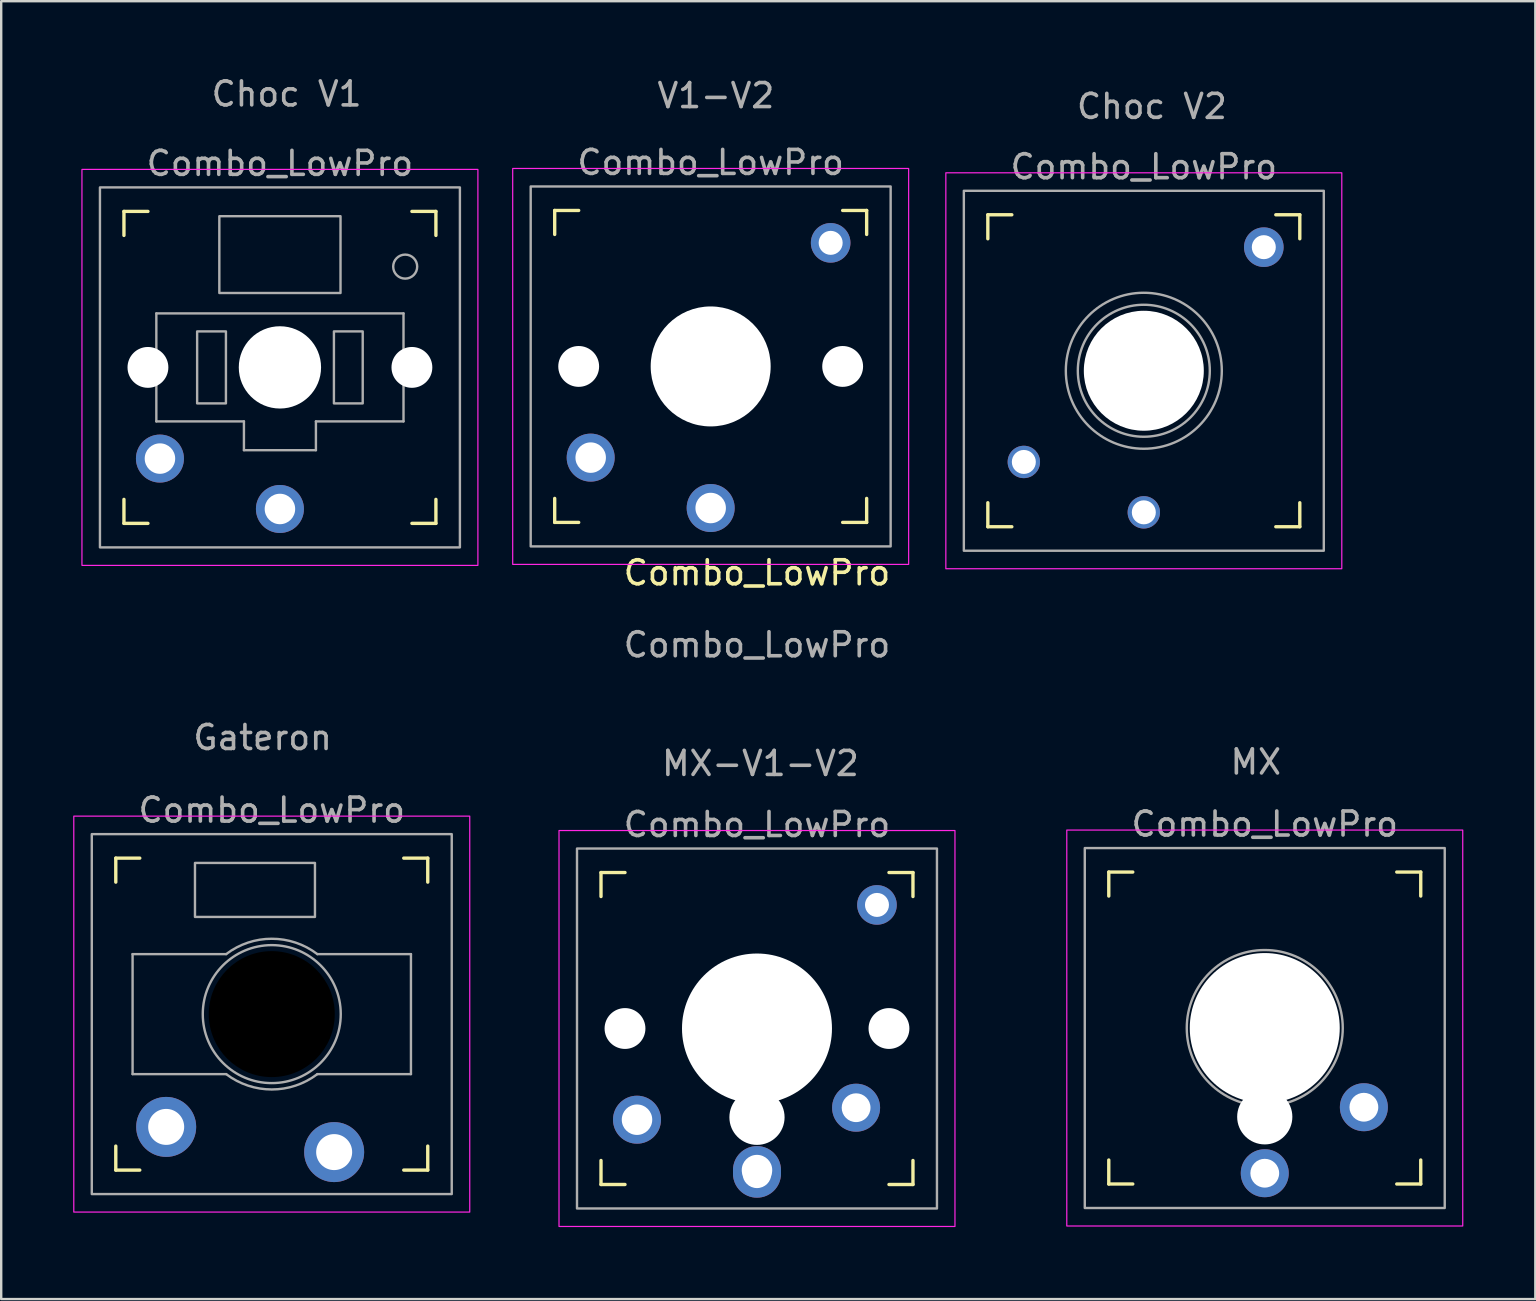
<source format=kicad_pcb>
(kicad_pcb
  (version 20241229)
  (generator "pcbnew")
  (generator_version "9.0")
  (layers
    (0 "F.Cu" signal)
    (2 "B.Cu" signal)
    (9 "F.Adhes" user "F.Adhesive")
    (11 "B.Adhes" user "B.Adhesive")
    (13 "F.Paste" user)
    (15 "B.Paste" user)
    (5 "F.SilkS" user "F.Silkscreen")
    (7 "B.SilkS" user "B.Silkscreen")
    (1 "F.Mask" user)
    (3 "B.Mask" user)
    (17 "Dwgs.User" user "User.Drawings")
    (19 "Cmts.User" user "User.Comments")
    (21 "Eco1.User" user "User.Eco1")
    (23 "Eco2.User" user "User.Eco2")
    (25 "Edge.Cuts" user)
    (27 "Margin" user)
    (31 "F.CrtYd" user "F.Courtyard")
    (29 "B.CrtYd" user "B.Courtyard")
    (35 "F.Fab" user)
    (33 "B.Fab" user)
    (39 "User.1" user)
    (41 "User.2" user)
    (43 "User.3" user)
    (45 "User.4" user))
  (footprint "Combo_LowPro"
    (layer "F.Cu")
    (at 28.495 21.32)
    (property "Reference" "Combo_LowPro" (at 0 -0.5 0) (unlocked yes) (layer "F.SilkS") (effects (font (size 1 1) (thickness 0.15))))
    (attr through_hole)
    (fp_line (start -26.72 12.39) (end -26.72 11.39) (stroke (width 0.14) (type solid)) (layer "F.SilkS"))
    (fp_line (start -26.72 24.39) (end -26.72 23.39) (stroke (width 0.14) (type solid)) (layer "F.SilkS"))
    (fp_line (start -26.72 24.39) (end -25.72 24.39) (stroke (width 0.14) (type solid)) (layer "F.SilkS"))
    (fp_line (start -26.38 -14.56) (end -26.38 -15.56) (stroke (width 0.14) (type solid)) (layer "F.SilkS"))
    (fp_line (start -26.38 -2.56) (end -26.38 -3.56) (stroke (width 0.14) (type solid)) (layer "F.SilkS"))
    (fp_line (start -26.38 -2.56) (end -25.38 -2.56) (stroke (width 0.14) (type solid)) (layer "F.SilkS"))
    (fp_line (start -25.72 11.39) (end -26.72 11.39) (stroke (width 0.14) (type solid)) (layer "F.SilkS"))
    (fp_line (start -25.38 -15.56) (end -26.38 -15.56) (stroke (width 0.14) (type solid)) (layer "F.SilkS"))
    (fp_line (start -14.72 24.39) (end -13.72 24.39) (stroke (width 0.14) (type solid)) (layer "F.SilkS"))
    (fp_line (start -14.38 -2.56) (end -13.38 -2.56) (stroke (width 0.14) (type solid)) (layer "F.SilkS"))
    (fp_line (start -13.72 11.39) (end -14.72 11.39) (stroke (width 0.14) (type solid)) (layer "F.SilkS"))
    (fp_line (start -13.72 11.39) (end -13.72 12.39) (stroke (width 0.14) (type solid)) (layer "F.SilkS"))
    (fp_line (start -13.72 23.39) (end -13.72 24.39) (stroke (width 0.14) (type solid)) (layer "F.SilkS"))
    (fp_line (start -13.38 -15.56) (end -14.38 -15.56) (stroke (width 0.14) (type solid)) (layer "F.SilkS"))
    (fp_line (start -13.38 -15.56) (end -13.38 -14.56) (stroke (width 0.14) (type solid)) (layer "F.SilkS"))
    (fp_line (start -13.38 -3.56) (end -13.38 -2.56) (stroke (width 0.14) (type solid)) (layer "F.SilkS"))
    (fp_line (start -8.43 -14.6) (end -8.43 -15.6) (stroke (width 0.14) (type solid)) (layer "F.SilkS"))
    (fp_line (start -8.43 -2.6) (end -8.43 -3.6) (stroke (width 0.14) (type solid)) (layer "F.SilkS"))
    (fp_line (start -8.43 -2.6) (end -7.43 -2.6) (stroke (width 0.14) (type solid)) (layer "F.SilkS"))
    (fp_line (start -7.43 -15.6) (end -8.43 -15.6) (stroke (width 0.14) (type solid)) (layer "F.SilkS"))
    (fp_line (start -6.5 12.99) (end -6.5 11.99) (stroke (width 0.14) (type solid)) (layer "F.SilkS"))
    (fp_line (start -6.5 24.99) (end -6.5 23.99) (stroke (width 0.14) (type solid)) (layer "F.SilkS"))
    (fp_line (start -6.5 24.99) (end -5.5 24.99) (stroke (width 0.14) (type solid)) (layer "F.SilkS"))
    (fp_line (start -5.5 11.99) (end -6.5 11.99) (stroke (width 0.14) (type solid)) (layer "F.SilkS"))
    (fp_line (start 3.57 -2.6) (end 4.57 -2.6) (stroke (width 0.14) (type solid)) (layer "F.SilkS"))
    (fp_line (start 4.57 -15.6) (end 3.57 -15.6) (stroke (width 0.14) (type solid)) (layer "F.SilkS"))
    (fp_line (start 4.57 -15.6) (end 4.57 -14.6) (stroke (width 0.14) (type solid)) (layer "F.SilkS"))
    (fp_line (start 4.57 -3.6) (end 4.57 -2.6) (stroke (width 0.14) (type solid)) (layer "F.SilkS"))
    (fp_line (start 5.5 24.99) (end 6.5 24.99) (stroke (width 0.14) (type solid)) (layer "F.SilkS"))
    (fp_line (start 6.5 11.99) (end 5.5 11.99) (stroke (width 0.14) (type solid)) (layer "F.SilkS"))
    (fp_line (start 6.5 11.99) (end 6.5 12.99) (stroke (width 0.14) (type solid)) (layer "F.SilkS"))
    (fp_line (start 6.5 23.99) (end 6.5 24.99) (stroke (width 0.14) (type solid)) (layer "F.SilkS"))
    (fp_line (start 9.62 -14.42) (end 9.62 -15.42) (stroke (width 0.14) (type solid)) (layer "F.SilkS"))
    (fp_line (start 9.62 -2.42) (end 9.62 -3.42) (stroke (width 0.14) (type solid)) (layer "F.SilkS"))
    (fp_line (start 9.62 -2.42) (end 10.62 -2.42) (stroke (width 0.14) (type solid)) (layer "F.SilkS"))
    (fp_line (start 10.62 -15.42) (end 9.62 -15.42) (stroke (width 0.14) (type solid)) (layer "F.SilkS"))
    (fp_line (start 14.66 12.97) (end 14.66 11.97) (stroke (width 0.14) (type solid)) (layer "F.SilkS"))
    (fp_line (start 14.66 24.97) (end 14.66 23.97) (stroke (width 0.14) (type solid)) (layer "F.SilkS"))
    (fp_line (start 14.66 24.97) (end 15.66 24.97) (stroke (width 0.14) (type solid)) (layer "F.SilkS"))
    (fp_line (start 15.66 11.97) (end 14.66 11.97) (stroke (width 0.14) (type solid)) (layer "F.SilkS"))
    (fp_line (start 21.62 -2.42) (end 22.62 -2.42) (stroke (width 0.14) (type solid)) (layer "F.SilkS"))
    (fp_line (start 22.62 -15.42) (end 21.62 -15.42) (stroke (width 0.14) (type solid)) (layer "F.SilkS"))
    (fp_line (start 22.62 -15.42) (end 22.62 -14.42) (stroke (width 0.14) (type solid)) (layer "F.SilkS"))
    (fp_line (start 22.62 -3.42) (end 22.62 -2.42) (stroke (width 0.14) (type solid)) (layer "F.SilkS"))
    (fp_line (start 26.66 24.97) (end 27.66 24.97) (stroke (width 0.14) (type solid)) (layer "F.SilkS"))
    (fp_line (start 27.66 11.97) (end 26.66 11.97) (stroke (width 0.14) (type solid)) (layer "F.SilkS"))
    (fp_line (start 27.66 11.97) (end 27.66 12.97) (stroke (width 0.14) (type solid)) (layer "F.SilkS"))
    (fp_line (start 27.66 23.97) (end 27.66 24.97) (stroke (width 0.14) (type solid)) (layer "F.SilkS"))
    (fp_rect (start -28.47 26.14) (end -11.97 9.64) (stroke (width 0.05) (type solid)) (fill no) (layer "F.CrtYd"))
    (fp_rect (start -28.13 -17.31) (end -11.63 -0.81) (stroke (width 0.05) (type solid)) (fill no) (layer "F.CrtYd"))
    (fp_rect (start -10.18 -17.35) (end 6.32 -0.85) (stroke (width 0.05) (type solid)) (fill no) (layer "F.CrtYd"))
    (fp_rect (start -8.25 10.24) (end 8.25 26.74) (stroke (width 0.05) (type solid)) (fill no) (layer "F.CrtYd"))
    (fp_rect (start 7.87 -17.17) (end 24.37 -0.67) (stroke (width 0.05) (type solid)) (fill no) (layer "F.CrtYd"))
    (fp_rect (start 12.91 10.22) (end 29.41 26.72) (stroke (width 0.05) (type solid)) (fill no) (layer "F.CrtYd"))
    (fp_line (start -26.02 15.39) (end -22.12 15.39) (stroke (width 0.1) (type default)) (layer "F.Fab"))
    (fp_line (start -26.02 20.39) (end -26.02 15.39) (stroke (width 0.1) (type default)) (layer "F.Fab"))
    (fp_line (start -25.03 -11.31) (end -25.03 -6.81) (stroke (width 0.1) (type default)) (layer "F.Fab"))
    (fp_line (start -25.03 -11.31) (end -14.73 -11.31) (stroke (width 0.1) (type default)) (layer "F.Fab"))
    (fp_line (start -25.03 -6.81) (end -21.38 -6.81) (stroke (width 0.1) (type default)) (layer "F.Fab"))
    (fp_line (start -22.12 20.39) (end -26.02 20.39) (stroke (width 0.1) (type default)) (layer "F.Fab"))
    (fp_line (start -21.38 -5.61) (end -21.38 -6.81) (stroke (width 0.1) (type default)) (layer "F.Fab"))
    (fp_line (start -18.38 -6.81) (end -18.38 -5.61) (stroke (width 0.1) (type default)) (layer "F.Fab"))
    (fp_line (start -18.38 -5.61) (end -21.38 -5.61) (stroke (width 0.1) (type default)) (layer "F.Fab"))
    (fp_line (start -18.32 15.39) (end -14.42 15.39) (stroke (width 0.1) (type default)) (layer "F.Fab"))
    (fp_line (start -14.73 -11.31) (end -14.73 -6.81) (stroke (width 0.1) (type default)) (layer "F.Fab"))
    (fp_line (start -14.73 -6.81) (end -18.38 -6.81) (stroke (width 0.1) (type default)) (layer "F.Fab"))
    (fp_line (start -14.42 15.39) (end -14.42 20.39) (stroke (width 0.1) (type default)) (layer "F.Fab"))
    (fp_line (start -14.42 20.39) (end -18.32 20.39) (stroke (width 0.1) (type default)) (layer "F.Fab"))
    (fp_rect (start -27.72 25.39) (end -12.72 10.39) (stroke (width 0.1) (type solid)) (fill no) (layer "F.Fab"))
    (fp_rect (start -27.38 -16.56) (end -12.38 -1.56) (stroke (width 0.1) (type solid)) (fill no) (layer "F.Fab"))
    (fp_rect (start -23.42 11.59) (end -18.42 13.84) (stroke (width 0.1) (type default)) (fill no) (layer "F.Fab"))
    (fp_rect (start -22.405 -15.36) (end -17.355 -12.16) (stroke (width 0.1) (type default)) (fill no) (layer "F.Fab"))
    (fp_rect (start -22.13 -10.56) (end -23.33 -7.56) (stroke (width 0.1) (type default)) (fill no) (layer "F.Fab"))
    (fp_rect (start -16.43 -10.56) (end -17.63 -7.56) (stroke (width 0.1) (type default)) (fill no) (layer "F.Fab"))
    (fp_rect (start -9.43 -16.6) (end 5.57 -1.6) (stroke (width 0.1) (type solid)) (fill no) (layer "F.Fab"))
    (fp_rect (start -7.5 10.99) (end 7.5 25.99) (stroke (width 0.1) (type solid)) (fill no) (layer "F.Fab"))
    (fp_rect (start 23.62 -1.42) (end 8.62 -16.42) (stroke (width 0.1) (type solid)) (fill no) (layer "F.Fab"))
    (fp_rect (start 28.66 25.97) (end 13.66 10.97) (stroke (width 0.1) (type solid)) (fill no) (layer "F.Fab"))
    (fp_arc (start -22.12 15.390001) (mid -20.22 14.749937) (end -18.32 15.390001) (stroke (width 0.1) (type default)) (layer "F.Fab"))
    (fp_arc (start -18.32 20.389999) (mid -20.22 21.030063) (end -22.12 20.389999) (stroke (width 0.1) (type default)) (layer "F.Fab"))
    (fp_circle (center -20.22 17.89) (end -17.345 17.89) (stroke (width 0.1) (type default)) (fill no) (layer "F.Fab"))
    (fp_circle (center -14.66 -13.26) (end -14.16 -13.26) (stroke (width 0.1) (type default)) (fill no) (layer "F.Fab"))
    (fp_circle (center 16.12 -8.92) (end 18.87 -8.92) (stroke (width 0.1) (type default)) (fill no) (layer "F.Fab"))
    (fp_circle (center 16.12 -8.92) (end 19.37 -8.92) (stroke (width 0.1) (type default)) (fill no) (layer "F.Fab"))
    (fp_circle (center 21.16 18.47) (end 23.91 18.47) (stroke (width 0.1) (type default)) (fill no) (layer "F.Fab"))
    (fp_circle (center 21.16 18.47) (end 24.41 18.47) (stroke (width 0.1) (type default)) (fill no) (layer "F.Fab"))
    (fp_poly (pts (xy -22.27 17.25) (xy -20.82 17.25) (xy -20.82 15.89) (xy -19.72 15.89) (xy -19.72 17.25) (xy -18.27 17.25) (xy -18.27 18.53) (xy -19.72 18.53) (xy -19.72 19.89) (xy -20.82 19.89) (xy -20.82 18.53) (xy -22.27 18.53)) (stroke (width 0.1) (type solid)) (fill no) (layer "F.Fab"))
    (fp_poly (pts (xy 14.07 -9.57) (xy 15.42 -9.57) (xy 15.42 -10.92) (xy 16.72 -10.92) (xy 16.72 -9.57) (xy 18.07 -9.57) (xy 18.07 -8.27) (xy 16.72 -8.27) (xy 16.72 -6.92) (xy 15.42 -6.92) (xy 15.42 -8.27) (xy 14.07 -8.27)) (stroke (width 0.1) (type solid)) (fill no) (layer "F.Fab"))
    (fp_poly (pts (xy 19.11 17.82) (xy 20.46 17.82) (xy 20.46 16.47) (xy 21.76 16.47) (xy 21.76 17.82) (xy 23.11 17.82) (xy 23.11 19.12) (xy 21.76 19.12) (xy 21.76 20.47) (xy 20.46 20.47) (xy 20.46 19.12) (xy 19.11 19.12)) (stroke (width 0.1) (type solid)) (fill no) (layer "F.Fab"))
    (fp_text user "${REFERENCE}" (at 21.16 9.97 0) (unlocked yes) (layer "F.Fab") (effects (font (size 1 1) (thickness 0.15))))
    (fp_text user "${REFERENCE}" (at -20.22 9.39 0) (unlocked yes) (layer "F.Fab") (effects (font (size 1 1) (thickness 0.15))))
    (fp_text user "MX-V1-V2" (at -4.05 8.03 0) (unlocked yes) (layer "F.Fab") (effects (font (size 1 1) (thickness 0.15)) (justify left bottom)))
    (fp_text user "${REFERENCE}" (at -19.88 -17.56 0) (unlocked yes) (layer "F.Fab") (effects (font (size 1 1) (thickness 0.15))))
    (fp_text user "Choc V1" (at -22.82 -19.87 0) (unlocked yes) (layer "F.Fab") (effects (font (size 1 1) (thickness 0.15)) (justify left bottom)))
    (fp_text user "${REFERENCE}" (at -1.93 -17.6 0) (unlocked yes) (layer "F.Fab") (effects (font (size 1 1) (thickness 0.15))))
    (fp_text user "MX" (at 19.64 7.97 0) (unlocked yes) (layer "F.Fab") (effects (font (size 1 1) (thickness 0.15)) (justify left bottom)))
    (fp_text user "${REFERENCE}" (at 16.12 -17.42 0) (unlocked yes) (layer "F.Fab") (effects (font (size 1 1) (thickness 0.15))))
    (fp_text user "${REFERENCE}" (at 0 2.5 0) (unlocked yes) (layer "F.Fab") (effects (font (size 1 1) (thickness 0.15))))
    (fp_text user "${REFERENCE}" (at 0 9.99 0) (unlocked yes) (layer "F.Fab") (effects (font (size 1 1) (thickness 0.15))))
    (fp_text user "V1-V2" (at -4.24 -19.8 0) (unlocked yes) (layer "F.Fab") (effects (font (size 1 1) (thickness 0.15)) (justify left bottom)))
    (fp_text user "Choc V2" (at 13.24 -19.35 0) (unlocked yes) (layer "F.Fab") (effects (font (size 1 1) (thickness 0.15)) (justify left bottom)))
    (fp_text user "Gateron" (at -23.58 6.95 0) (unlocked yes) (layer "F.Fab") (effects (font (size 1 1) (thickness 0.15)) (justify left bottom)))
    (pad "" np_thru_hole circle (at -25.38 -9.06) (size 1.702 1.702) (drill 1.702) (layers "*.Cu" "*.Mask"))
    (pad "" np_thru_hole circle (at -20.22 17.89 180) (size 5.25 5.25) (drill 5.25) (layers "*.Mask"))
    (pad "" np_thru_hole circle (at -19.88 -9.06) (size 3.429 3.429) (drill 3.429) (layers "*.Cu" "*.Mask"))
    (pad "" np_thru_hole circle (at -14.38 -9.06) (size 1.702 1.702) (drill 1.702) (layers "*.Cu" "*.Mask"))
    (pad "" np_thru_hole circle (at -7.43 -9.1) (size 1.702 1.702) (drill 1.702) (layers "*.Cu" "*.Mask"))
    (pad "" np_thru_hole circle (at -5.5 18.49) (size 1.702 1.702) (drill 1.702) (layers "*.Cu" "*.Mask"))
    (pad "" np_thru_hole circle (at -1.93 -9.1) (size 5 5) (drill 5) (layers "*.Cu" "*.Mask"))
    (pad "" np_thru_hole circle (at 0 18.49 180) (size 6.25 6.25) (drill 6.25) (layers "*.Cu" "*.Mask"))
    (pad "" np_thru_hole circle (at 0 22.19) (size 2.3 2.3) (drill 2.3) (layers "*.Cu" "*.Mask"))
    (pad "" thru_hole circle (at 3.07 -14.25) (size 1.65 1.65) (drill 1) (layers "*.Cu" "*.Mask"))
    (pad "" np_thru_hole circle (at 3.57 -9.1) (size 1.702 1.702) (drill 1.702) (layers "*.Cu" "*.Mask"))
    (pad "" thru_hole circle (at 5 13.34) (size 1.65 1.65) (drill 1) (layers "*.Cu" "*.Mask"))
    (pad "" np_thru_hole circle (at 5.5 18.49) (size 1.702 1.702) (drill 1.702) (layers "*.Cu" "*.Mask"))
    (pad "" np_thru_hole circle (at 16.12 -8.92 180) (size 5 5) (drill 5) (layers "*.Cu" "*.Mask"))
    (pad "" thru_hole circle (at 21.12 -14.07) (size 1.65 1.65) (drill 1) (layers "*.Cu" "*.Mask"))
    (pad "" np_thru_hole circle (at 21.16 18.47 180) (size 6.25 6.25) (drill 6.25) (layers "*.Cu" "*.Mask"))
    (pad "" np_thru_hole circle (at 21.16 22.17) (size 2.3 2.3) (drill 2.3) (layers "*.Cu" "*.Mask"))
    (pad "1" thru_hole circle (at -24.62 22.59 180) (size 2.5 2.5) (drill 1.5) (layers "*.Cu" "B.Mask"))
    (pad "1" thru_hole circle (at -19.88 -3.16) (size 2 2) (drill 1.27) (layers "*.Cu" "B.Mask"))
    (pad "1" thru_hole circle (at -1.93 -3.2) (size 2 2) (drill 1.27) (layers "*.Cu" "B.Mask"))
    (pad "1" thru_hole circle (at 0 24.39) (size 2 2) (drill 1.27) (layers "*.Cu" "B.Mask"))
    (pad "1" thru_hole circle (at 0 24.54 180) (size 2 2) (drill 1.2) (layers "*.Cu" "B.Mask"))
    (pad "1" thru_hole circle (at 16.12 -3.02 180) (size 1.35 1.35) (drill 1) (layers "*.Cu" "B.Mask"))
    (pad "1" thru_hole circle (at 21.16 24.52 180) (size 2 2) (drill 1.2) (layers "*.Cu" "B.Mask"))
    (pad "2" thru_hole circle (at -24.88 -5.26) (size 2 2) (drill 1.27) (layers "*.Cu" "B.Mask"))
    (pad "2" thru_hole circle (at -17.62 23.64 180) (size 2.5 2.5) (drill 1.5) (layers "*.Cu" "B.Mask"))
    (pad "2" thru_hole circle (at -6.93 -5.3) (size 2 2) (drill 1.27) (layers "*.Cu" "B.Mask"))
    (pad "2" thru_hole circle (at -5 22.29) (size 2 2) (drill 1.27) (layers "*.Cu" "B.Mask"))
    (pad "2" thru_hole circle (at 4.13 21.79 180) (size 2 2) (drill 1.2) (layers "*.Cu" "B.Mask"))
    (pad "2" thru_hole circle (at 11.12 -5.12 180) (size 1.35 1.35) (drill 1) (layers "*.Cu" "B.Mask"))
    (pad "2" thru_hole circle (at 25.29 21.77 180) (size 2 2) (drill 1.2) (layers "*.Cu" "B.Mask")))
  (gr_rect
    (start -3 -3)
    (end 60.93 51.085)
    (stroke (width 0.1) (type default))
    (fill no)
    (layer "Edge.Cuts")))
</source>
